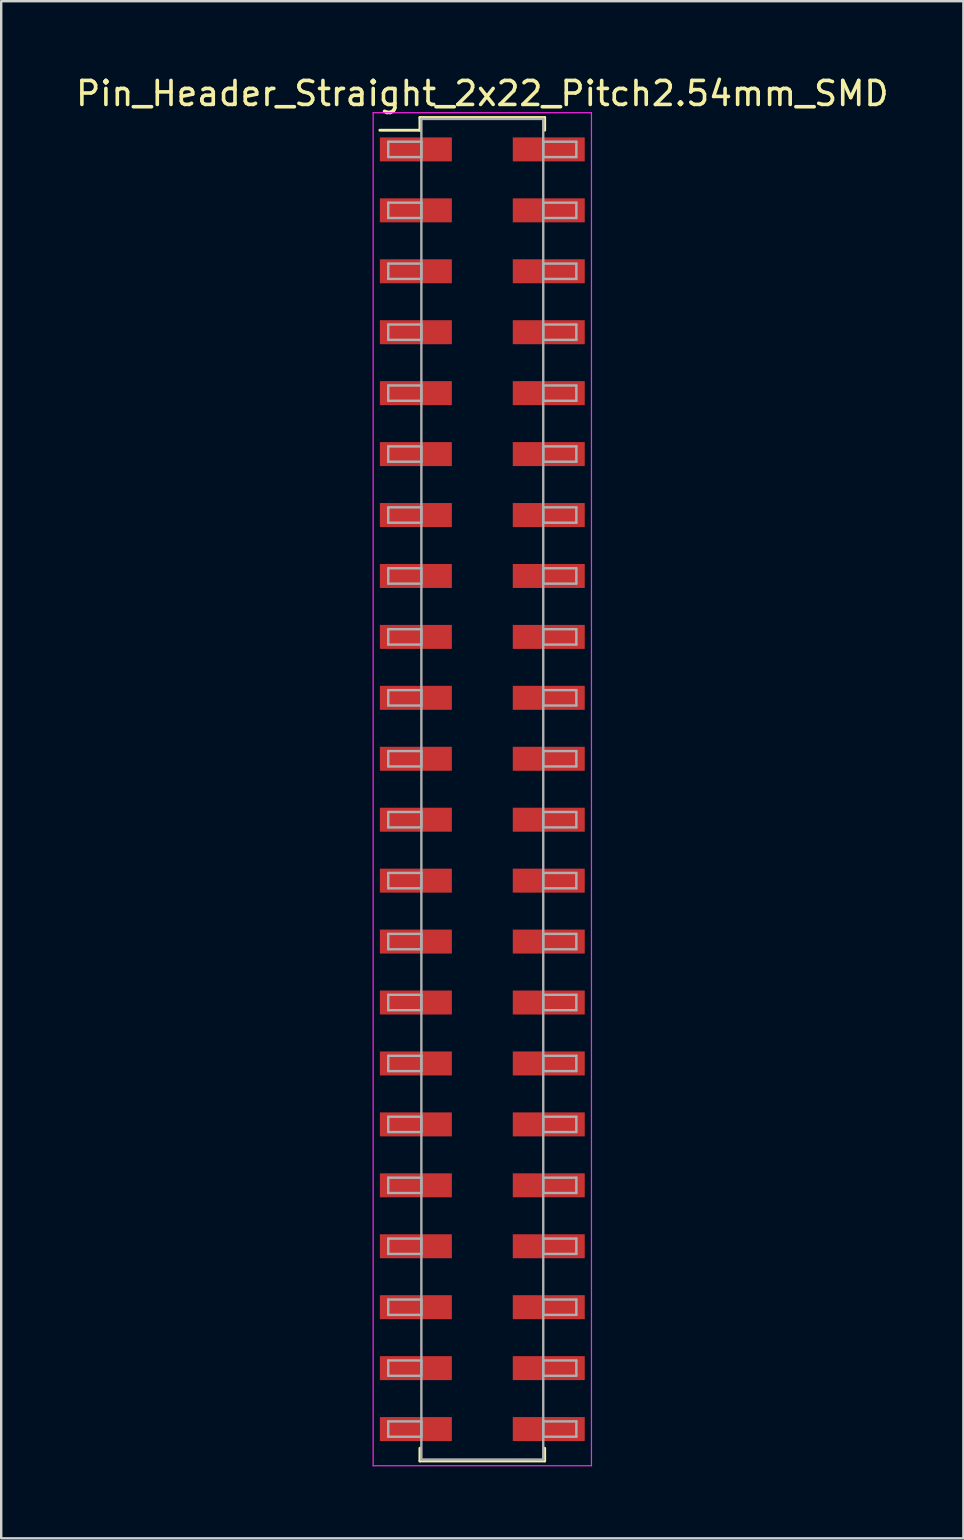
<source format=kicad_pcb>
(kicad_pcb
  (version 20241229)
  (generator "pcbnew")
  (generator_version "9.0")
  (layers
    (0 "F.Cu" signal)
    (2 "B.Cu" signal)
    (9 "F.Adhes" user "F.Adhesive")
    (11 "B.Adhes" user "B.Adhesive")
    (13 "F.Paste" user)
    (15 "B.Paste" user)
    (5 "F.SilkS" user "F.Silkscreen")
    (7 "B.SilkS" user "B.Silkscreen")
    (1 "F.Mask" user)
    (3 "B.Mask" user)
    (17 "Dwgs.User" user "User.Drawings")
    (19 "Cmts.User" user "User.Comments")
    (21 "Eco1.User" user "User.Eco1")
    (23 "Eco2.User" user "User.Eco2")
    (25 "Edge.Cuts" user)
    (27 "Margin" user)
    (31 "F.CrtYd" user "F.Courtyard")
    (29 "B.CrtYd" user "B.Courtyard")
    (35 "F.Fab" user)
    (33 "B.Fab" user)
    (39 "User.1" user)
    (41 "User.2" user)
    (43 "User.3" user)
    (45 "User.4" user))
  (footprint "Pin_Header_Straight_2x22_Pitch2.54mm_SMD"
    (layer "F.Cu")
    (at 17.054 29.848)
    (property "Reference" "Pin_Header_Straight_2x22_Pitch2.54mm_SMD" (at 0 -29 0) (layer "F.SilkS") (effects (font (size 1 1) (thickness 0.15))))
    (attr smd)
    (fp_line (start -4.27 -27.47) (end -2.6 -27.47) (stroke (width 0.12) (type solid)) (layer "F.SilkS"))
    (fp_line (start -2.6 -28) (end 2.6 -28) (stroke (width 0.12) (type solid)) (layer "F.SilkS"))
    (fp_line (start -2.6 -27.47) (end -2.6 -28) (stroke (width 0.12) (type solid)) (layer "F.SilkS"))
    (fp_line (start -2.6 27.47) (end -2.6 28) (stroke (width 0.12) (type solid)) (layer "F.SilkS"))
    (fp_line (start -2.6 28) (end 2.6 28) (stroke (width 0.12) (type solid)) (layer "F.SilkS"))
    (fp_line (start 2.6 -28) (end 2.6 -27.47) (stroke (width 0.12) (type solid)) (layer "F.SilkS"))
    (fp_line (start 2.6 28) (end 2.6 27.47) (stroke (width 0.12) (type solid)) (layer "F.SilkS"))
    (fp_line (start -4.55 -28.2) (end -4.55 28.2) (stroke (width 0.05) (type solid)) (layer "F.CrtYd"))
    (fp_line (start -4.55 28.2) (end 4.55 28.2) (stroke (width 0.05) (type solid)) (layer "F.CrtYd"))
    (fp_line (start 4.55 -28.2) (end -4.55 -28.2) (stroke (width 0.05) (type solid)) (layer "F.CrtYd"))
    (fp_line (start 4.55 28.2) (end 4.55 -28.2) (stroke (width 0.05) (type solid)) (layer "F.CrtYd"))
    (fp_line (start -3.92 -26.99) (end -2.54 -26.99) (stroke (width 0.1) (type solid)) (layer "F.Fab"))
    (fp_line (start -3.92 -26.35) (end -3.92 -26.99) (stroke (width 0.1) (type solid)) (layer "F.Fab"))
    (fp_line (start -3.92 -24.45) (end -2.54 -24.45) (stroke (width 0.1) (type solid)) (layer "F.Fab"))
    (fp_line (start -3.92 -23.81) (end -3.92 -24.45) (stroke (width 0.1) (type solid)) (layer "F.Fab"))
    (fp_line (start -3.92 -21.91) (end -2.54 -21.91) (stroke (width 0.1) (type solid)) (layer "F.Fab"))
    (fp_line (start -3.92 -21.27) (end -3.92 -21.91) (stroke (width 0.1) (type solid)) (layer "F.Fab"))
    (fp_line (start -3.92 -19.37) (end -2.54 -19.37) (stroke (width 0.1) (type solid)) (layer "F.Fab"))
    (fp_line (start -3.92 -18.73) (end -3.92 -19.37) (stroke (width 0.1) (type solid)) (layer "F.Fab"))
    (fp_line (start -3.92 -16.83) (end -2.54 -16.83) (stroke (width 0.1) (type solid)) (layer "F.Fab"))
    (fp_line (start -3.92 -16.19) (end -3.92 -16.83) (stroke (width 0.1) (type solid)) (layer "F.Fab"))
    (fp_line (start -3.92 -14.29) (end -2.54 -14.29) (stroke (width 0.1) (type solid)) (layer "F.Fab"))
    (fp_line (start -3.92 -13.65) (end -3.92 -14.29) (stroke (width 0.1) (type solid)) (layer "F.Fab"))
    (fp_line (start -3.92 -11.75) (end -2.54 -11.75) (stroke (width 0.1) (type solid)) (layer "F.Fab"))
    (fp_line (start -3.92 -11.11) (end -3.92 -11.75) (stroke (width 0.1) (type solid)) (layer "F.Fab"))
    (fp_line (start -3.92 -9.21) (end -2.54 -9.21) (stroke (width 0.1) (type solid)) (layer "F.Fab"))
    (fp_line (start -3.92 -8.57) (end -3.92 -9.21) (stroke (width 0.1) (type solid)) (layer "F.Fab"))
    (fp_line (start -3.92 -6.67) (end -2.54 -6.67) (stroke (width 0.1) (type solid)) (layer "F.Fab"))
    (fp_line (start -3.92 -6.03) (end -3.92 -6.67) (stroke (width 0.1) (type solid)) (layer "F.Fab"))
    (fp_line (start -3.92 -4.13) (end -2.54 -4.13) (stroke (width 0.1) (type solid)) (layer "F.Fab"))
    (fp_line (start -3.92 -3.49) (end -3.92 -4.13) (stroke (width 0.1) (type solid)) (layer "F.Fab"))
    (fp_line (start -3.92 -1.59) (end -2.54 -1.59) (stroke (width 0.1) (type solid)) (layer "F.Fab"))
    (fp_line (start -3.92 -0.95) (end -3.92 -1.59) (stroke (width 0.1) (type solid)) (layer "F.Fab"))
    (fp_line (start -3.92 0.95) (end -2.54 0.95) (stroke (width 0.1) (type solid)) (layer "F.Fab"))
    (fp_line (start -3.92 1.59) (end -3.92 0.95) (stroke (width 0.1) (type solid)) (layer "F.Fab"))
    (fp_line (start -3.92 3.49) (end -2.54 3.49) (stroke (width 0.1) (type solid)) (layer "F.Fab"))
    (fp_line (start -3.92 4.13) (end -3.92 3.49) (stroke (width 0.1) (type solid)) (layer "F.Fab"))
    (fp_line (start -3.92 6.03) (end -2.54 6.03) (stroke (width 0.1) (type solid)) (layer "F.Fab"))
    (fp_line (start -3.92 6.67) (end -3.92 6.03) (stroke (width 0.1) (type solid)) (layer "F.Fab"))
    (fp_line (start -3.92 8.57) (end -2.54 8.57) (stroke (width 0.1) (type solid)) (layer "F.Fab"))
    (fp_line (start -3.92 9.21) (end -3.92 8.57) (stroke (width 0.1) (type solid)) (layer "F.Fab"))
    (fp_line (start -3.92 11.11) (end -2.54 11.11) (stroke (width 0.1) (type solid)) (layer "F.Fab"))
    (fp_line (start -3.92 11.75) (end -3.92 11.11) (stroke (width 0.1) (type solid)) (layer "F.Fab"))
    (fp_line (start -3.92 13.65) (end -2.54 13.65) (stroke (width 0.1) (type solid)) (layer "F.Fab"))
    (fp_line (start -3.92 14.29) (end -3.92 13.65) (stroke (width 0.1) (type solid)) (layer "F.Fab"))
    (fp_line (start -3.92 16.19) (end -2.54 16.19) (stroke (width 0.1) (type solid)) (layer "F.Fab"))
    (fp_line (start -3.92 16.83) (end -3.92 16.19) (stroke (width 0.1) (type solid)) (layer "F.Fab"))
    (fp_line (start -3.92 18.73) (end -2.54 18.73) (stroke (width 0.1) (type solid)) (layer "F.Fab"))
    (fp_line (start -3.92 19.37) (end -3.92 18.73) (stroke (width 0.1) (type solid)) (layer "F.Fab"))
    (fp_line (start -3.92 21.27) (end -2.54 21.27) (stroke (width 0.1) (type solid)) (layer "F.Fab"))
    (fp_line (start -3.92 21.91) (end -3.92 21.27) (stroke (width 0.1) (type solid)) (layer "F.Fab"))
    (fp_line (start -3.92 23.81) (end -2.54 23.81) (stroke (width 0.1) (type solid)) (layer "F.Fab"))
    (fp_line (start -3.92 24.45) (end -3.92 23.81) (stroke (width 0.1) (type solid)) (layer "F.Fab"))
    (fp_line (start -3.92 26.35) (end -2.54 26.35) (stroke (width 0.1) (type solid)) (layer "F.Fab"))
    (fp_line (start -3.92 26.99) (end -3.92 26.35) (stroke (width 0.1) (type solid)) (layer "F.Fab"))
    (fp_line (start -2.54 -27.94) (end -2.54 27.94) (stroke (width 0.1) (type solid)) (layer "F.Fab"))
    (fp_line (start -2.54 -26.99) (end -2.54 -26.35) (stroke (width 0.1) (type solid)) (layer "F.Fab"))
    (fp_line (start -2.54 -26.35) (end -3.92 -26.35) (stroke (width 0.1) (type solid)) (layer "F.Fab"))
    (fp_line (start -2.54 -24.45) (end -2.54 -23.81) (stroke (width 0.1) (type solid)) (layer "F.Fab"))
    (fp_line (start -2.54 -23.81) (end -3.92 -23.81) (stroke (width 0.1) (type solid)) (layer "F.Fab"))
    (fp_line (start -2.54 -21.91) (end -2.54 -21.27) (stroke (width 0.1) (type solid)) (layer "F.Fab"))
    (fp_line (start -2.54 -21.27) (end -3.92 -21.27) (stroke (width 0.1) (type solid)) (layer "F.Fab"))
    (fp_line (start -2.54 -19.37) (end -2.54 -18.73) (stroke (width 0.1) (type solid)) (layer "F.Fab"))
    (fp_line (start -2.54 -18.73) (end -3.92 -18.73) (stroke (width 0.1) (type solid)) (layer "F.Fab"))
    (fp_line (start -2.54 -16.83) (end -2.54 -16.19) (stroke (width 0.1) (type solid)) (layer "F.Fab"))
    (fp_line (start -2.54 -16.19) (end -3.92 -16.19) (stroke (width 0.1) (type solid)) (layer "F.Fab"))
    (fp_line (start -2.54 -14.29) (end -2.54 -13.65) (stroke (width 0.1) (type solid)) (layer "F.Fab"))
    (fp_line (start -2.54 -13.65) (end -3.92 -13.65) (stroke (width 0.1) (type solid)) (layer "F.Fab"))
    (fp_line (start -2.54 -11.75) (end -2.54 -11.11) (stroke (width 0.1) (type solid)) (layer "F.Fab"))
    (fp_line (start -2.54 -11.11) (end -3.92 -11.11) (stroke (width 0.1) (type solid)) (layer "F.Fab"))
    (fp_line (start -2.54 -9.21) (end -2.54 -8.57) (stroke (width 0.1) (type solid)) (layer "F.Fab"))
    (fp_line (start -2.54 -8.57) (end -3.92 -8.57) (stroke (width 0.1) (type solid)) (layer "F.Fab"))
    (fp_line (start -2.54 -6.67) (end -2.54 -6.03) (stroke (width 0.1) (type solid)) (layer "F.Fab"))
    (fp_line (start -2.54 -6.03) (end -3.92 -6.03) (stroke (width 0.1) (type solid)) (layer "F.Fab"))
    (fp_line (start -2.54 -4.13) (end -2.54 -3.49) (stroke (width 0.1) (type solid)) (layer "F.Fab"))
    (fp_line (start -2.54 -3.49) (end -3.92 -3.49) (stroke (width 0.1) (type solid)) (layer "F.Fab"))
    (fp_line (start -2.54 -1.59) (end -2.54 -0.95) (stroke (width 0.1) (type solid)) (layer "F.Fab"))
    (fp_line (start -2.54 -0.95) (end -3.92 -0.95) (stroke (width 0.1) (type solid)) (layer "F.Fab"))
    (fp_line (start -2.54 0.95) (end -2.54 1.59) (stroke (width 0.1) (type solid)) (layer "F.Fab"))
    (fp_line (start -2.54 1.59) (end -3.92 1.59) (stroke (width 0.1) (type solid)) (layer "F.Fab"))
    (fp_line (start -2.54 3.49) (end -2.54 4.13) (stroke (width 0.1) (type solid)) (layer "F.Fab"))
    (fp_line (start -2.54 4.13) (end -3.92 4.13) (stroke (width 0.1) (type solid)) (layer "F.Fab"))
    (fp_line (start -2.54 6.03) (end -2.54 6.67) (stroke (width 0.1) (type solid)) (layer "F.Fab"))
    (fp_line (start -2.54 6.67) (end -3.92 6.67) (stroke (width 0.1) (type solid)) (layer "F.Fab"))
    (fp_line (start -2.54 8.57) (end -2.54 9.21) (stroke (width 0.1) (type solid)) (layer "F.Fab"))
    (fp_line (start -2.54 9.21) (end -3.92 9.21) (stroke (width 0.1) (type solid)) (layer "F.Fab"))
    (fp_line (start -2.54 11.11) (end -2.54 11.75) (stroke (width 0.1) (type solid)) (layer "F.Fab"))
    (fp_line (start -2.54 11.75) (end -3.92 11.75) (stroke (width 0.1) (type solid)) (layer "F.Fab"))
    (fp_line (start -2.54 13.65) (end -2.54 14.29) (stroke (width 0.1) (type solid)) (layer "F.Fab"))
    (fp_line (start -2.54 14.29) (end -3.92 14.29) (stroke (width 0.1) (type solid)) (layer "F.Fab"))
    (fp_line (start -2.54 16.19) (end -2.54 16.83) (stroke (width 0.1) (type solid)) (layer "F.Fab"))
    (fp_line (start -2.54 16.83) (end -3.92 16.83) (stroke (width 0.1) (type solid)) (layer "F.Fab"))
    (fp_line (start -2.54 18.73) (end -2.54 19.37) (stroke (width 0.1) (type solid)) (layer "F.Fab"))
    (fp_line (start -2.54 19.37) (end -3.92 19.37) (stroke (width 0.1) (type solid)) (layer "F.Fab"))
    (fp_line (start -2.54 21.27) (end -2.54 21.91) (stroke (width 0.1) (type solid)) (layer "F.Fab"))
    (fp_line (start -2.54 21.91) (end -3.92 21.91) (stroke (width 0.1) (type solid)) (layer "F.Fab"))
    (fp_line (start -2.54 23.81) (end -2.54 24.45) (stroke (width 0.1) (type solid)) (layer "F.Fab"))
    (fp_line (start -2.54 24.45) (end -3.92 24.45) (stroke (width 0.1) (type solid)) (layer "F.Fab"))
    (fp_line (start -2.54 26.35) (end -2.54 26.99) (stroke (width 0.1) (type solid)) (layer "F.Fab"))
    (fp_line (start -2.54 26.99) (end -3.92 26.99) (stroke (width 0.1) (type solid)) (layer "F.Fab"))
    (fp_line (start -2.54 27.94) (end 2.54 27.94) (stroke (width 0.1) (type solid)) (layer "F.Fab"))
    (fp_line (start 2.54 -27.94) (end -2.54 -27.94) (stroke (width 0.1) (type solid)) (layer "F.Fab"))
    (fp_line (start 2.54 -26.99) (end 2.54 -26.35) (stroke (width 0.1) (type solid)) (layer "F.Fab"))
    (fp_line (start 2.54 -26.35) (end 3.92 -26.35) (stroke (width 0.1) (type solid)) (layer "F.Fab"))
    (fp_line (start 2.54 -24.45) (end 2.54 -23.81) (stroke (width 0.1) (type solid)) (layer "F.Fab"))
    (fp_line (start 2.54 -23.81) (end 3.92 -23.81) (stroke (width 0.1) (type solid)) (layer "F.Fab"))
    (fp_line (start 2.54 -21.91) (end 2.54 -21.27) (stroke (width 0.1) (type solid)) (layer "F.Fab"))
    (fp_line (start 2.54 -21.27) (end 3.92 -21.27) (stroke (width 0.1) (type solid)) (layer "F.Fab"))
    (fp_line (start 2.54 -19.37) (end 2.54 -18.73) (stroke (width 0.1) (type solid)) (layer "F.Fab"))
    (fp_line (start 2.54 -18.73) (end 3.92 -18.73) (stroke (width 0.1) (type solid)) (layer "F.Fab"))
    (fp_line (start 2.54 -16.83) (end 2.54 -16.19) (stroke (width 0.1) (type solid)) (layer "F.Fab"))
    (fp_line (start 2.54 -16.19) (end 3.92 -16.19) (stroke (width 0.1) (type solid)) (layer "F.Fab"))
    (fp_line (start 2.54 -14.29) (end 2.54 -13.65) (stroke (width 0.1) (type solid)) (layer "F.Fab"))
    (fp_line (start 2.54 -13.65) (end 3.92 -13.65) (stroke (width 0.1) (type solid)) (layer "F.Fab"))
    (fp_line (start 2.54 -11.75) (end 2.54 -11.11) (stroke (width 0.1) (type solid)) (layer "F.Fab"))
    (fp_line (start 2.54 -11.11) (end 3.92 -11.11) (stroke (width 0.1) (type solid)) (layer "F.Fab"))
    (fp_line (start 2.54 -9.21) (end 2.54 -8.57) (stroke (width 0.1) (type solid)) (layer "F.Fab"))
    (fp_line (start 2.54 -8.57) (end 3.92 -8.57) (stroke (width 0.1) (type solid)) (layer "F.Fab"))
    (fp_line (start 2.54 -6.67) (end 2.54 -6.03) (stroke (width 0.1) (type solid)) (layer "F.Fab"))
    (fp_line (start 2.54 -6.03) (end 3.92 -6.03) (stroke (width 0.1) (type solid)) (layer "F.Fab"))
    (fp_line (start 2.54 -4.13) (end 2.54 -3.49) (stroke (width 0.1) (type solid)) (layer "F.Fab"))
    (fp_line (start 2.54 -3.49) (end 3.92 -3.49) (stroke (width 0.1) (type solid)) (layer "F.Fab"))
    (fp_line (start 2.54 -1.59) (end 2.54 -0.95) (stroke (width 0.1) (type solid)) (layer "F.Fab"))
    (fp_line (start 2.54 -0.95) (end 3.92 -0.95) (stroke (width 0.1) (type solid)) (layer "F.Fab"))
    (fp_line (start 2.54 0.95) (end 2.54 1.59) (stroke (width 0.1) (type solid)) (layer "F.Fab"))
    (fp_line (start 2.54 1.59) (end 3.92 1.59) (stroke (width 0.1) (type solid)) (layer "F.Fab"))
    (fp_line (start 2.54 3.49) (end 2.54 4.13) (stroke (width 0.1) (type solid)) (layer "F.Fab"))
    (fp_line (start 2.54 4.13) (end 3.92 4.13) (stroke (width 0.1) (type solid)) (layer "F.Fab"))
    (fp_line (start 2.54 6.03) (end 2.54 6.67) (stroke (width 0.1) (type solid)) (layer "F.Fab"))
    (fp_line (start 2.54 6.67) (end 3.92 6.67) (stroke (width 0.1) (type solid)) (layer "F.Fab"))
    (fp_line (start 2.54 8.57) (end 2.54 9.21) (stroke (width 0.1) (type solid)) (layer "F.Fab"))
    (fp_line (start 2.54 9.21) (end 3.92 9.21) (stroke (width 0.1) (type solid)) (layer "F.Fab"))
    (fp_line (start 2.54 11.11) (end 2.54 11.75) (stroke (width 0.1) (type solid)) (layer "F.Fab"))
    (fp_line (start 2.54 11.75) (end 3.92 11.75) (stroke (width 0.1) (type solid)) (layer "F.Fab"))
    (fp_line (start 2.54 13.65) (end 2.54 14.29) (stroke (width 0.1) (type solid)) (layer "F.Fab"))
    (fp_line (start 2.54 14.29) (end 3.92 14.29) (stroke (width 0.1) (type solid)) (layer "F.Fab"))
    (fp_line (start 2.54 16.19) (end 2.54 16.83) (stroke (width 0.1) (type solid)) (layer "F.Fab"))
    (fp_line (start 2.54 16.83) (end 3.92 16.83) (stroke (width 0.1) (type solid)) (layer "F.Fab"))
    (fp_line (start 2.54 18.73) (end 2.54 19.37) (stroke (width 0.1) (type solid)) (layer "F.Fab"))
    (fp_line (start 2.54 19.37) (end 3.92 19.37) (stroke (width 0.1) (type solid)) (layer "F.Fab"))
    (fp_line (start 2.54 21.27) (end 2.54 21.91) (stroke (width 0.1) (type solid)) (layer "F.Fab"))
    (fp_line (start 2.54 21.91) (end 3.92 21.91) (stroke (width 0.1) (type solid)) (layer "F.Fab"))
    (fp_line (start 2.54 23.81) (end 2.54 24.45) (stroke (width 0.1) (type solid)) (layer "F.Fab"))
    (fp_line (start 2.54 24.45) (end 3.92 24.45) (stroke (width 0.1) (type solid)) (layer "F.Fab"))
    (fp_line (start 2.54 26.35) (end 2.54 26.99) (stroke (width 0.1) (type solid)) (layer "F.Fab"))
    (fp_line (start 2.54 26.99) (end 3.92 26.99) (stroke (width 0.1) (type solid)) (layer "F.Fab"))
    (fp_line (start 2.54 27.94) (end 2.54 -27.94) (stroke (width 0.1) (type solid)) (layer "F.Fab"))
    (fp_line (start 3.92 -26.99) (end 2.54 -26.99) (stroke (width 0.1) (type solid)) (layer "F.Fab"))
    (fp_line (start 3.92 -26.35) (end 3.92 -26.99) (stroke (width 0.1) (type solid)) (layer "F.Fab"))
    (fp_line (start 3.92 -24.45) (end 2.54 -24.45) (stroke (width 0.1) (type solid)) (layer "F.Fab"))
    (fp_line (start 3.92 -23.81) (end 3.92 -24.45) (stroke (width 0.1) (type solid)) (layer "F.Fab"))
    (fp_line (start 3.92 -21.91) (end 2.54 -21.91) (stroke (width 0.1) (type solid)) (layer "F.Fab"))
    (fp_line (start 3.92 -21.27) (end 3.92 -21.91) (stroke (width 0.1) (type solid)) (layer "F.Fab"))
    (fp_line (start 3.92 -19.37) (end 2.54 -19.37) (stroke (width 0.1) (type solid)) (layer "F.Fab"))
    (fp_line (start 3.92 -18.73) (end 3.92 -19.37) (stroke (width 0.1) (type solid)) (layer "F.Fab"))
    (fp_line (start 3.92 -16.83) (end 2.54 -16.83) (stroke (width 0.1) (type solid)) (layer "F.Fab"))
    (fp_line (start 3.92 -16.19) (end 3.92 -16.83) (stroke (width 0.1) (type solid)) (layer "F.Fab"))
    (fp_line (start 3.92 -14.29) (end 2.54 -14.29) (stroke (width 0.1) (type solid)) (layer "F.Fab"))
    (fp_line (start 3.92 -13.65) (end 3.92 -14.29) (stroke (width 0.1) (type solid)) (layer "F.Fab"))
    (fp_line (start 3.92 -11.75) (end 2.54 -11.75) (stroke (width 0.1) (type solid)) (layer "F.Fab"))
    (fp_line (start 3.92 -11.11) (end 3.92 -11.75) (stroke (width 0.1) (type solid)) (layer "F.Fab"))
    (fp_line (start 3.92 -9.21) (end 2.54 -9.21) (stroke (width 0.1) (type solid)) (layer "F.Fab"))
    (fp_line (start 3.92 -8.57) (end 3.92 -9.21) (stroke (width 0.1) (type solid)) (layer "F.Fab"))
    (fp_line (start 3.92 -6.67) (end 2.54 -6.67) (stroke (width 0.1) (type solid)) (layer "F.Fab"))
    (fp_line (start 3.92 -6.03) (end 3.92 -6.67) (stroke (width 0.1) (type solid)) (layer "F.Fab"))
    (fp_line (start 3.92 -4.13) (end 2.54 -4.13) (stroke (width 0.1) (type solid)) (layer "F.Fab"))
    (fp_line (start 3.92 -3.49) (end 3.92 -4.13) (stroke (width 0.1) (type solid)) (layer "F.Fab"))
    (fp_line (start 3.92 -1.59) (end 2.54 -1.59) (stroke (width 0.1) (type solid)) (layer "F.Fab"))
    (fp_line (start 3.92 -0.95) (end 3.92 -1.59) (stroke (width 0.1) (type solid)) (layer "F.Fab"))
    (fp_line (start 3.92 0.95) (end 2.54 0.95) (stroke (width 0.1) (type solid)) (layer "F.Fab"))
    (fp_line (start 3.92 1.59) (end 3.92 0.95) (stroke (width 0.1) (type solid)) (layer "F.Fab"))
    (fp_line (start 3.92 3.49) (end 2.54 3.49) (stroke (width 0.1) (type solid)) (layer "F.Fab"))
    (fp_line (start 3.92 4.13) (end 3.92 3.49) (stroke (width 0.1) (type solid)) (layer "F.Fab"))
    (fp_line (start 3.92 6.03) (end 2.54 6.03) (stroke (width 0.1) (type solid)) (layer "F.Fab"))
    (fp_line (start 3.92 6.67) (end 3.92 6.03) (stroke (width 0.1) (type solid)) (layer "F.Fab"))
    (fp_line (start 3.92 8.57) (end 2.54 8.57) (stroke (width 0.1) (type solid)) (layer "F.Fab"))
    (fp_line (start 3.92 9.21) (end 3.92 8.57) (stroke (width 0.1) (type solid)) (layer "F.Fab"))
    (fp_line (start 3.92 11.11) (end 2.54 11.11) (stroke (width 0.1) (type solid)) (layer "F.Fab"))
    (fp_line (start 3.92 11.75) (end 3.92 11.11) (stroke (width 0.1) (type solid)) (layer "F.Fab"))
    (fp_line (start 3.92 13.65) (end 2.54 13.65) (stroke (width 0.1) (type solid)) (layer "F.Fab"))
    (fp_line (start 3.92 14.29) (end 3.92 13.65) (stroke (width 0.1) (type solid)) (layer "F.Fab"))
    (fp_line (start 3.92 16.19) (end 2.54 16.19) (stroke (width 0.1) (type solid)) (layer "F.Fab"))
    (fp_line (start 3.92 16.83) (end 3.92 16.19) (stroke (width 0.1) (type solid)) (layer "F.Fab"))
    (fp_line (start 3.92 18.73) (end 2.54 18.73) (stroke (width 0.1) (type solid)) (layer "F.Fab"))
    (fp_line (start 3.92 19.37) (end 3.92 18.73) (stroke (width 0.1) (type solid)) (layer "F.Fab"))
    (fp_line (start 3.92 21.27) (end 2.54 21.27) (stroke (width 0.1) (type solid)) (layer "F.Fab"))
    (fp_line (start 3.92 21.91) (end 3.92 21.27) (stroke (width 0.1) (type solid)) (layer "F.Fab"))
    (fp_line (start 3.92 23.81) (end 2.54 23.81) (stroke (width 0.1) (type solid)) (layer "F.Fab"))
    (fp_line (start 3.92 24.45) (end 3.92 23.81) (stroke (width 0.1) (type solid)) (layer "F.Fab"))
    (fp_line (start 3.92 26.35) (end 2.54 26.35) (stroke (width 0.1) (type solid)) (layer "F.Fab"))
    (fp_line (start 3.92 26.99) (end 3.92 26.35) (stroke (width 0.1) (type solid)) (layer "F.Fab"))
    (pad "1" smd rect (at -2.77 -26.67) (size 3 1) (layers "F.Cu" "F.Mask"))
    (pad "2" smd rect (at 2.77 -26.67) (size 3 1) (layers "F.Cu" "F.Mask"))
    (pad "3" smd rect (at -2.77 -24.13) (size 3 1) (layers "F.Cu" "F.Mask"))
    (pad "4" smd rect (at 2.77 -24.13) (size 3 1) (layers "F.Cu" "F.Mask"))
    (pad "5" smd rect (at -2.77 -21.59) (size 3 1) (layers "F.Cu" "F.Mask"))
    (pad "6" smd rect (at 2.77 -21.59) (size 3 1) (layers "F.Cu" "F.Mask"))
    (pad "7" smd rect (at -2.77 -19.05) (size 3 1) (layers "F.Cu" "F.Mask"))
    (pad "8" smd rect (at 2.77 -19.05) (size 3 1) (layers "F.Cu" "F.Mask"))
    (pad "9" smd rect (at -2.77 -16.51) (size 3 1) (layers "F.Cu" "F.Mask"))
    (pad "10" smd rect (at 2.77 -16.51) (size 3 1) (layers "F.Cu" "F.Mask"))
    (pad "11" smd rect (at -2.77 -13.97) (size 3 1) (layers "F.Cu" "F.Mask"))
    (pad "12" smd rect (at 2.77 -13.97) (size 3 1) (layers "F.Cu" "F.Mask"))
    (pad "13" smd rect (at -2.77 -11.43) (size 3 1) (layers "F.Cu" "F.Mask"))
    (pad "14" smd rect (at 2.77 -11.43) (size 3 1) (layers "F.Cu" "F.Mask"))
    (pad "15" smd rect (at -2.77 -8.89) (size 3 1) (layers "F.Cu" "F.Mask"))
    (pad "16" smd rect (at 2.77 -8.89) (size 3 1) (layers "F.Cu" "F.Mask"))
    (pad "17" smd rect (at -2.77 -6.35) (size 3 1) (layers "F.Cu" "F.Mask"))
    (pad "18" smd rect (at 2.77 -6.35) (size 3 1) (layers "F.Cu" "F.Mask"))
    (pad "19" smd rect (at -2.77 -3.81) (size 3 1) (layers "F.Cu" "F.Mask"))
    (pad "20" smd rect (at 2.77 -3.81) (size 3 1) (layers "F.Cu" "F.Mask"))
    (pad "21" smd rect (at -2.77 -1.27) (size 3 1) (layers "F.Cu" "F.Mask"))
    (pad "22" smd rect (at 2.77 -1.27) (size 3 1) (layers "F.Cu" "F.Mask"))
    (pad "23" smd rect (at -2.77 1.27) (size 3 1) (layers "F.Cu" "F.Mask"))
    (pad "24" smd rect (at 2.77 1.27) (size 3 1) (layers "F.Cu" "F.Mask"))
    (pad "25" smd rect (at -2.77 3.81) (size 3 1) (layers "F.Cu" "F.Mask"))
    (pad "26" smd rect (at 2.77 3.81) (size 3 1) (layers "F.Cu" "F.Mask"))
    (pad "27" smd rect (at -2.77 6.35) (size 3 1) (layers "F.Cu" "F.Mask"))
    (pad "28" smd rect (at 2.77 6.35) (size 3 1) (layers "F.Cu" "F.Mask"))
    (pad "29" smd rect (at -2.77 8.89) (size 3 1) (layers "F.Cu" "F.Mask"))
    (pad "30" smd rect (at 2.77 8.89) (size 3 1) (layers "F.Cu" "F.Mask"))
    (pad "31" smd rect (at -2.77 11.43) (size 3 1) (layers "F.Cu" "F.Mask"))
    (pad "32" smd rect (at 2.77 11.43) (size 3 1) (layers "F.Cu" "F.Mask"))
    (pad "33" smd rect (at -2.77 13.97) (size 3 1) (layers "F.Cu" "F.Mask"))
    (pad "34" smd rect (at 2.77 13.97) (size 3 1) (layers "F.Cu" "F.Mask"))
    (pad "35" smd rect (at -2.77 16.51) (size 3 1) (layers "F.Cu" "F.Mask"))
    (pad "36" smd rect (at 2.77 16.51) (size 3 1) (layers "F.Cu" "F.Mask"))
    (pad "37" smd rect (at -2.77 19.05) (size 3 1) (layers "F.Cu" "F.Mask"))
    (pad "38" smd rect (at 2.77 19.05) (size 3 1) (layers "F.Cu" "F.Mask"))
    (pad "39" smd rect (at -2.77 21.59) (size 3 1) (layers "F.Cu" "F.Mask"))
    (pad "40" smd rect (at 2.77 21.59) (size 3 1) (layers "F.Cu" "F.Mask"))
    (pad "41" smd rect (at -2.77 24.13) (size 3 1) (layers "F.Cu" "F.Mask"))
    (pad "42" smd rect (at 2.77 24.13) (size 3 1) (layers "F.Cu" "F.Mask"))
    (pad "43" smd rect (at -2.77 26.67) (size 3 1) (layers "F.Cu" "F.Mask"))
    (pad "44" smd rect (at 2.77 26.67) (size 3 1) (layers "F.Cu" "F.Mask")))
  (gr_rect
    (start -3 -3)
    (end 37.107 61.073)
    (stroke (width 0.1) (type default))
    (fill no)
    (layer "Edge.Cuts")))
</source>
